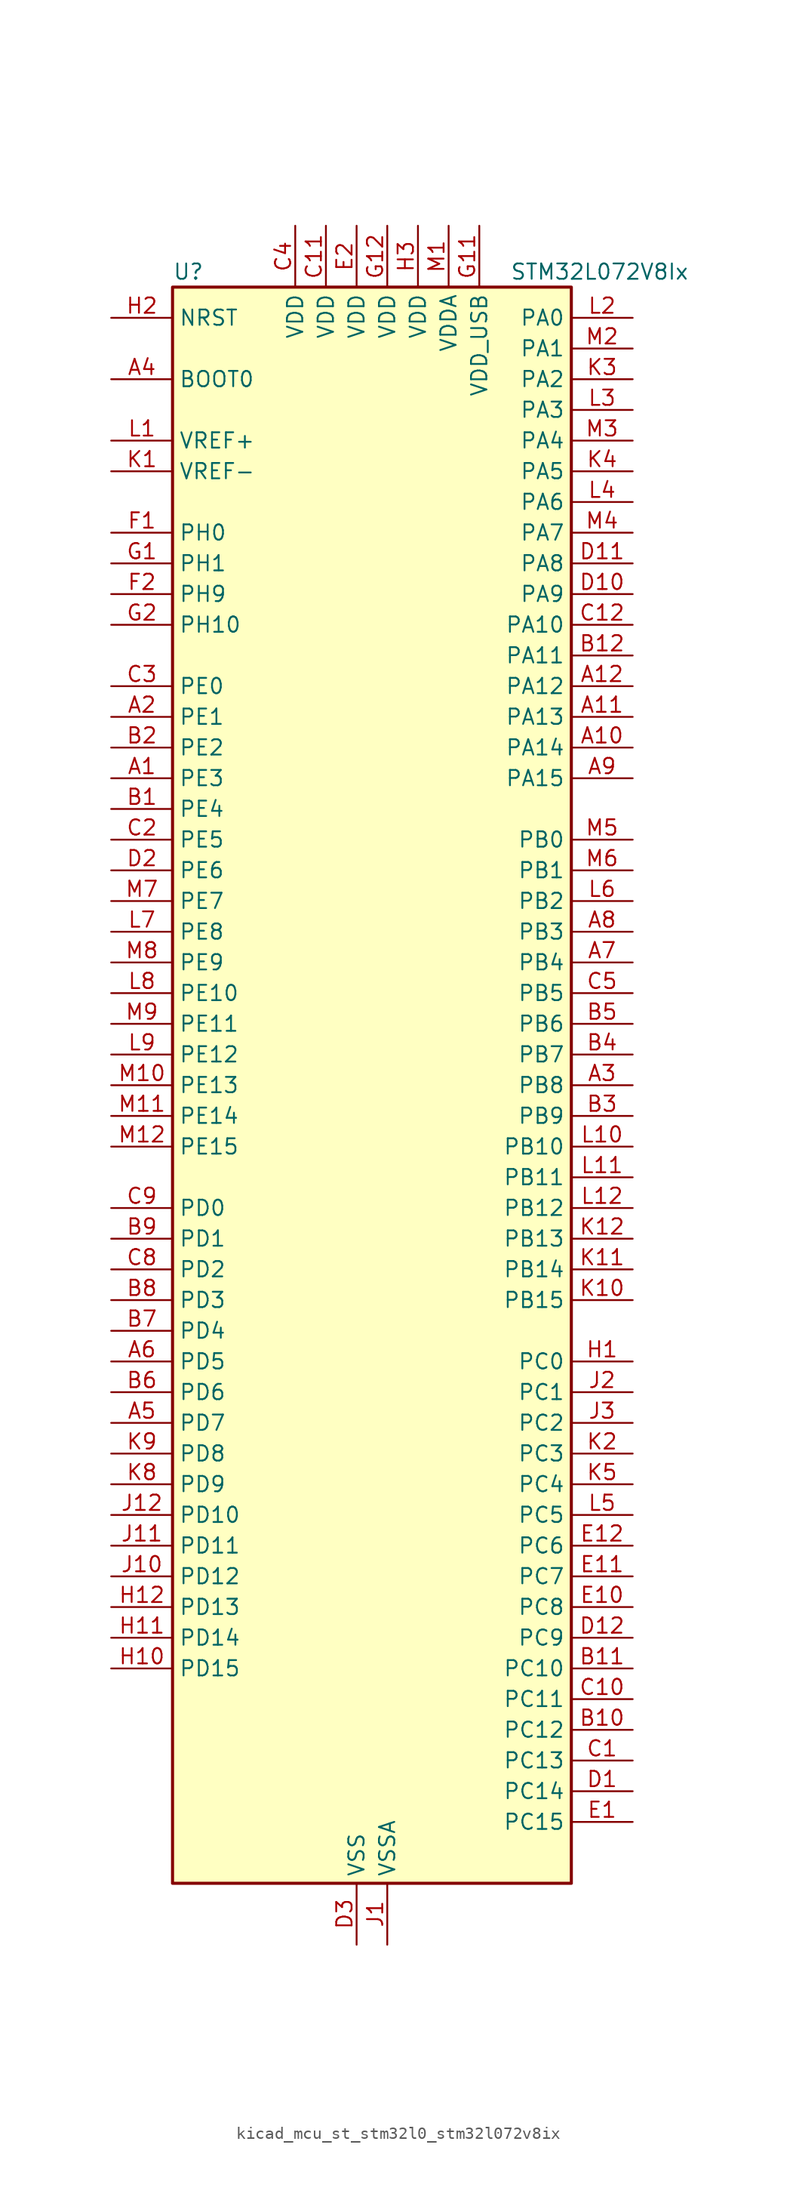
<source format=kicad_sym>
(kicad_symbol_lib
  (version 20220914)
  (generator kicad_symbol_editor)
  (symbol "kicad_mcu_st_stm32l0_stm32l072v8ix"
    (property "Reference" "U"
      (at -15.24 67.31 0)
      (effects (font (size 1.27 1.27)) (justify left)))
    (property "Value" "STM32L072V8Ix"
      (at 12.7 67.31 0)
      (effects (font (size 1.27 1.27)) (justify left)))
    (property "ki_locked" ""
      (at 0 0 0)
      (effects (font (size 1.27 1.27))))
    (symbol "kicad_mcu_st_stm32l0_stm32l072v8ix_0_1"
      (rectangle (start -15.24 -66.04) (end 17.78 66.04) (stroke (width 0.254) (type default)) (fill (type background))))
    (symbol "kicad_mcu_st_stm32l0_stm32l072v8ix_1_1"
      (pin bidirectional line (at -20.32 25.4 0) (length 5.08) (name "PE3" (effects (font (size 1.27 1.27)))) (number "A1" (effects (font (size 1.27 1.27)))) (alternate "TIM22_CH1" bidirectional line) (alternate "TIM3_CH1" bidirectional line))
      (pin bidirectional line (at 22.86 27.94 180) (length 5.08) (name "PA14" (effects (font (size 1.27 1.27)))) (number "A10" (effects (font (size 1.27 1.27)))) (alternate "LPUART1_TX" bidirectional line) (alternate "SYS_SWCLK" bidirectional line) (alternate "USART2_TX" bidirectional line))
      (pin bidirectional line (at 22.86 30.48 180) (length 5.08) (name "PA13" (effects (font (size 1.27 1.27)))) (number "A11" (effects (font (size 1.27 1.27)))) (alternate "LPUART1_RX" bidirectional line) (alternate "SYS_SWDIO" bidirectional line) (alternate "USB_NOE" bidirectional line))
      (pin bidirectional line (at 22.86 33.02 180) (length 5.08) (name "PA12" (effects (font (size 1.27 1.27)))) (number "A12" (effects (font (size 1.27 1.27)))) (alternate "COMP2_OUT" bidirectional line) (alternate "SPI1_MOSI" bidirectional line) (alternate "TSC_G4_IO4" bidirectional line) (alternate "USART1_DE" bidirectional line) (alternate "USART1_RTS" bidirectional line) (alternate "USB_DP" bidirectional line))
      (pin bidirectional line (at -20.32 30.48 0) (length 5.08) (name "PE1" (effects (font (size 1.27 1.27)))) (number "A2" (effects (font (size 1.27 1.27)))))
      (pin bidirectional line (at 22.86 0 180) (length 5.08) (name "PB8" (effects (font (size 1.27 1.27)))) (number "A3" (effects (font (size 1.27 1.27)))) (alternate "I2C1_SCL" bidirectional line) (alternate "TSC_SYNC" bidirectional line))
      (pin input line (at -20.32 58.42 0) (length 5.08) (name "BOOT0" (effects (font (size 1.27 1.27)))) (number "A4" (effects (font (size 1.27 1.27)))))
      (pin bidirectional line (at -20.32 -27.94 0) (length 5.08) (name "PD7" (effects (font (size 1.27 1.27)))) (number "A5" (effects (font (size 1.27 1.27)))) (alternate "TIM21_CH2" bidirectional line) (alternate "USART2_CK" bidirectional line))
      (pin bidirectional line (at -20.32 -22.86 0) (length 5.08) (name "PD5" (effects (font (size 1.27 1.27)))) (number "A6" (effects (font (size 1.27 1.27)))) (alternate "USART2_TX" bidirectional line))
      (pin bidirectional line (at 22.86 10.16 180) (length 5.08) (name "PB4" (effects (font (size 1.27 1.27)))) (number "A7" (effects (font (size 1.27 1.27)))) (alternate "COMP2_INP" bidirectional line) (alternate "I2C3_SDA" bidirectional line) (alternate "SPI1_MISO" bidirectional line) (alternate "TIM22_CH1" bidirectional line) (alternate "TIM3_CH1" bidirectional line) (alternate "TSC_G5_IO2" bidirectional line) (alternate "USART1_CTS" bidirectional line) (alternate "USART5_RX" bidirectional line))
      (pin bidirectional line (at 22.86 12.7 180) (length 5.08) (name "PB3" (effects (font (size 1.27 1.27)))) (number "A8" (effects (font (size 1.27 1.27)))) (alternate "COMP2_INM" bidirectional line) (alternate "SPI1_SCK" bidirectional line) (alternate "TIM2_CH2" bidirectional line) (alternate "TSC_G5_IO1" bidirectional line) (alternate "USART1_DE" bidirectional line) (alternate "USART1_RTS" bidirectional line) (alternate "USART5_TX" bidirectional line))
      (pin bidirectional line (at 22.86 25.4 180) (length 5.08) (name "PA15" (effects (font (size 1.27 1.27)))) (number "A9" (effects (font (size 1.27 1.27)))) (alternate "SPI1_NSS" bidirectional line) (alternate "TIM2_CH1" bidirectional line) (alternate "TIM2_ETR" bidirectional line) (alternate "USART2_RX" bidirectional line) (alternate "USART4_DE" bidirectional line) (alternate "USART4_RTS" bidirectional line))
      (pin bidirectional line (at -20.32 22.86 0) (length 5.08) (name "PE4" (effects (font (size 1.27 1.27)))) (number "B1" (effects (font (size 1.27 1.27)))) (alternate "TIM22_CH2" bidirectional line) (alternate "TIM3_CH2" bidirectional line))
      (pin bidirectional line (at 22.86 -53.34 180) (length 5.08) (name "PC12" (effects (font (size 1.27 1.27)))) (number "B10" (effects (font (size 1.27 1.27)))) (alternate "USART4_CK" bidirectional line) (alternate "USART5_TX" bidirectional line))
      (pin bidirectional line (at 22.86 -48.26 180) (length 5.08) (name "PC10" (effects (font (size 1.27 1.27)))) (number "B11" (effects (font (size 1.27 1.27)))) (alternate "LPUART1_TX" bidirectional line) (alternate "USART4_TX" bidirectional line))
      (pin bidirectional line (at 22.86 35.56 180) (length 5.08) (name "PA11" (effects (font (size 1.27 1.27)))) (number "B12" (effects (font (size 1.27 1.27)))) (alternate "ADC_EXTI11" bidirectional line) (alternate "COMP1_OUT" bidirectional line) (alternate "SPI1_MISO" bidirectional line) (alternate "TSC_G4_IO3" bidirectional line) (alternate "USART1_CTS" bidirectional line) (alternate "USB_DM" bidirectional line))
      (pin bidirectional line (at -20.32 27.94 0) (length 5.08) (name "PE2" (effects (font (size 1.27 1.27)))) (number "B2" (effects (font (size 1.27 1.27)))) (alternate "TIM3_ETR" bidirectional line))
      (pin bidirectional line (at 22.86 -2.54 180) (length 5.08) (name "PB9" (effects (font (size 1.27 1.27)))) (number "B3" (effects (font (size 1.27 1.27)))) (alternate "DAC_EXTI9" bidirectional line) (alternate "I2C1_SDA" bidirectional line) (alternate "I2S2_WS" bidirectional line) (alternate "SPI2_NSS" bidirectional line))
      (pin bidirectional line (at 22.86 2.54 180) (length 5.08) (name "PB7" (effects (font (size 1.27 1.27)))) (number "B4" (effects (font (size 1.27 1.27)))) (alternate "COMP2_INP" bidirectional line) (alternate "I2C1_SDA" bidirectional line) (alternate "LPTIM1_IN2" bidirectional line) (alternate "SYS_PVD_IN" bidirectional line) (alternate "TSC_G5_IO4" bidirectional line) (alternate "USART1_RX" bidirectional line) (alternate "USART4_CTS" bidirectional line))
      (pin bidirectional line (at 22.86 5.08 180) (length 5.08) (name "PB6" (effects (font (size 1.27 1.27)))) (number "B5" (effects (font (size 1.27 1.27)))) (alternate "COMP2_INP" bidirectional line) (alternate "I2C1_SCL" bidirectional line) (alternate "LPTIM1_ETR" bidirectional line) (alternate "TSC_G5_IO3" bidirectional line) (alternate "USART1_TX" bidirectional line))
      (pin bidirectional line (at -20.32 -25.4 0) (length 5.08) (name "PD6" (effects (font (size 1.27 1.27)))) (number "B6" (effects (font (size 1.27 1.27)))) (alternate "USART2_RX" bidirectional line))
      (pin bidirectional line (at -20.32 -20.32 0) (length 5.08) (name "PD4" (effects (font (size 1.27 1.27)))) (number "B7" (effects (font (size 1.27 1.27)))) (alternate "I2S2_SD" bidirectional line) (alternate "SPI2_MOSI" bidirectional line) (alternate "USART2_DE" bidirectional line) (alternate "USART2_RTS" bidirectional line))
      (pin bidirectional line (at -20.32 -17.78 0) (length 5.08) (name "PD3" (effects (font (size 1.27 1.27)))) (number "B8" (effects (font (size 1.27 1.27)))) (alternate "I2S2_MCK" bidirectional line) (alternate "SPI2_MISO" bidirectional line) (alternate "USART2_CTS" bidirectional line))
      (pin bidirectional line (at -20.32 -12.7 0) (length 5.08) (name "PD1" (effects (font (size 1.27 1.27)))) (number "B9" (effects (font (size 1.27 1.27)))) (alternate "I2S2_CK" bidirectional line) (alternate "SPI2_SCK" bidirectional line))
      (pin bidirectional line (at 22.86 -55.88 180) (length 5.08) (name "PC13" (effects (font (size 1.27 1.27)))) (number "C1" (effects (font (size 1.27 1.27)))) (alternate "RTC_OUT_ALARM" bidirectional line) (alternate "RTC_OUT_CALIB" bidirectional line) (alternate "RTC_TAMP1" bidirectional line) (alternate "RTC_TS" bidirectional line) (alternate "SYS_WKUP2" bidirectional line))
      (pin bidirectional line (at 22.86 -50.8 180) (length 5.08) (name "PC11" (effects (font (size 1.27 1.27)))) (number "C10" (effects (font (size 1.27 1.27)))) (alternate "ADC_EXTI11" bidirectional line) (alternate "LPUART1_RX" bidirectional line) (alternate "USART4_RX" bidirectional line))
      (pin power_in line (at -2.54 71.12 270) (length 5.08) (name "VDD" (effects (font (size 1.27 1.27)))) (number "C11" (effects (font (size 1.27 1.27)))))
      (pin bidirectional line (at 22.86 38.1 180) (length 5.08) (name "PA10" (effects (font (size 1.27 1.27)))) (number "C12" (effects (font (size 1.27 1.27)))) (alternate "I2C1_SDA" bidirectional line) (alternate "TSC_G4_IO2" bidirectional line) (alternate "USART1_RX" bidirectional line))
      (pin bidirectional line (at -20.32 20.32 0) (length 5.08) (name "PE5" (effects (font (size 1.27 1.27)))) (number "C2" (effects (font (size 1.27 1.27)))) (alternate "TIM21_CH1" bidirectional line) (alternate "TIM3_CH3" bidirectional line))
      (pin bidirectional line (at -20.32 33.02 0) (length 5.08) (name "PE0" (effects (font (size 1.27 1.27)))) (number "C3" (effects (font (size 1.27 1.27)))))
      (pin power_in line (at -5.08 71.12 270) (length 5.08) (name "VDD" (effects (font (size 1.27 1.27)))) (number "C4" (effects (font (size 1.27 1.27)))))
      (pin bidirectional line (at 22.86 7.62 180) (length 5.08) (name "PB5" (effects (font (size 1.27 1.27)))) (number "C5" (effects (font (size 1.27 1.27)))) (alternate "COMP2_INP" bidirectional line) (alternate "I2C1_SMBA" bidirectional line) (alternate "LPTIM1_IN1" bidirectional line) (alternate "SPI1_MOSI" bidirectional line) (alternate "TIM22_CH2" bidirectional line) (alternate "TIM3_CH2" bidirectional line) (alternate "USART1_CK" bidirectional line) (alternate "USART5_CK" bidirectional line) (alternate "USART5_DE" bidirectional line) (alternate "USART5_RTS" bidirectional line))
      (pin bidirectional line (at -20.32 -15.24 0) (length 5.08) (name "PD2" (effects (font (size 1.27 1.27)))) (number "C8" (effects (font (size 1.27 1.27)))) (alternate "LPUART1_DE" bidirectional line) (alternate "LPUART1_RTS" bidirectional line) (alternate "TIM3_ETR" bidirectional line) (alternate "USART5_RX" bidirectional line))
      (pin bidirectional line (at -20.32 -10.16 0) (length 5.08) (name "PD0" (effects (font (size 1.27 1.27)))) (number "C9" (effects (font (size 1.27 1.27)))) (alternate "I2S2_WS" bidirectional line) (alternate "SPI2_NSS" bidirectional line) (alternate "TIM21_CH1" bidirectional line))
      (pin bidirectional line (at 22.86 -58.42 180) (length 5.08) (name "PC14" (effects (font (size 1.27 1.27)))) (number "D1" (effects (font (size 1.27 1.27)))) (alternate "RCC_OSC32_IN" bidirectional line))
      (pin bidirectional line (at 22.86 40.64 180) (length 5.08) (name "PA9" (effects (font (size 1.27 1.27)))) (number "D10" (effects (font (size 1.27 1.27)))) (alternate "DAC_EXTI9" bidirectional line) (alternate "I2C1_SCL" bidirectional line) (alternate "I2C3_SMBA" bidirectional line) (alternate "RCC_MCO" bidirectional line) (alternate "TSC_G4_IO1" bidirectional line) (alternate "USART1_TX" bidirectional line))
      (pin bidirectional line (at 22.86 43.18 180) (length 5.08) (name "PA8" (effects (font (size 1.27 1.27)))) (number "D11" (effects (font (size 1.27 1.27)))) (alternate "CRS_SYNC" bidirectional line) (alternate "I2C3_SCL" bidirectional line) (alternate "RCC_MCO" bidirectional line) (alternate "USART1_CK" bidirectional line))
      (pin bidirectional line (at 22.86 -45.72 180) (length 5.08) (name "PC9" (effects (font (size 1.27 1.27)))) (number "D12" (effects (font (size 1.27 1.27)))) (alternate "DAC_EXTI9" bidirectional line) (alternate "I2C3_SDA" bidirectional line) (alternate "TIM21_ETR" bidirectional line) (alternate "TIM3_CH4" bidirectional line) (alternate "TSC_G8_IO4" bidirectional line) (alternate "USB_NOE" bidirectional line))
      (pin bidirectional line (at -20.32 17.78 0) (length 5.08) (name "PE6" (effects (font (size 1.27 1.27)))) (number "D2" (effects (font (size 1.27 1.27)))) (alternate "RTC_TAMP3" bidirectional line) (alternate "SYS_WKUP3" bidirectional line) (alternate "TIM21_CH2" bidirectional line) (alternate "TIM3_CH4" bidirectional line))
      (pin power_in line (at 0 -71.12 90) (length 5.08) (name "VSS" (effects (font (size 1.27 1.27)))) (number "D3" (effects (font (size 1.27 1.27)))))
      (pin bidirectional line (at 22.86 -60.96 180) (length 5.08) (name "PC15" (effects (font (size 1.27 1.27)))) (number "E1" (effects (font (size 1.27 1.27)))) (alternate "RCC_OSC32_OUT" bidirectional line))
      (pin bidirectional line (at 22.86 -43.18 180) (length 5.08) (name "PC8" (effects (font (size 1.27 1.27)))) (number "E10" (effects (font (size 1.27 1.27)))) (alternate "TIM22_ETR" bidirectional line) (alternate "TIM3_CH3" bidirectional line) (alternate "TSC_G8_IO3" bidirectional line))
      (pin bidirectional line (at 22.86 -40.64 180) (length 5.08) (name "PC7" (effects (font (size 1.27 1.27)))) (number "E11" (effects (font (size 1.27 1.27)))) (alternate "TIM22_CH2" bidirectional line) (alternate "TIM3_CH2" bidirectional line) (alternate "TSC_G8_IO2" bidirectional line))
      (pin bidirectional line (at 22.86 -38.1 180) (length 5.08) (name "PC6" (effects (font (size 1.27 1.27)))) (number "E12" (effects (font (size 1.27 1.27)))) (alternate "TIM22_CH1" bidirectional line) (alternate "TIM3_CH1" bidirectional line) (alternate "TSC_G8_IO1" bidirectional line))
      (pin power_in line (at 0 71.12 270) (length 5.08) (name "VDD" (effects (font (size 1.27 1.27)))) (number "E2" (effects (font (size 1.27 1.27)))))
      (pin passive line (at 0 -71.12 90) (length 5.08) hide (name "VSS" (effects (font (size 1.27 1.27)))) (number "E3" (effects (font (size 1.27 1.27)))))
      (pin bidirectional line (at -20.32 45.72 0) (length 5.08) (name "PH0" (effects (font (size 1.27 1.27)))) (number "F1" (effects (font (size 1.27 1.27)))) (alternate "CRS_SYNC" bidirectional line) (alternate "RCC_OSC_IN" bidirectional line))
      (pin passive line (at 0 -71.12 90) (length 5.08) hide (name "VSS" (effects (font (size 1.27 1.27)))) (number "F11" (effects (font (size 1.27 1.27)))))
      (pin passive line (at 0 -71.12 90) (length 5.08) hide (name "VSS" (effects (font (size 1.27 1.27)))) (number "F12" (effects (font (size 1.27 1.27)))))
      (pin bidirectional line (at -20.32 40.64 0) (length 5.08) (name "PH9" (effects (font (size 1.27 1.27)))) (number "F2" (effects (font (size 1.27 1.27)))) (alternate "DAC_EXTI9" bidirectional line))
      (pin bidirectional line (at -20.32 43.18 0) (length 5.08) (name "PH1" (effects (font (size 1.27 1.27)))) (number "G1" (effects (font (size 1.27 1.27)))) (alternate "RCC_OSC_OUT" bidirectional line))
      (pin power_in line (at 10.16 71.12 270) (length 5.08) (name "VDD_USB" (effects (font (size 1.27 1.27)))) (number "G11" (effects (font (size 1.27 1.27)))))
      (pin power_in line (at 2.54 71.12 270) (length 5.08) (name "VDD" (effects (font (size 1.27 1.27)))) (number "G12" (effects (font (size 1.27 1.27)))))
      (pin bidirectional line (at -20.32 38.1 0) (length 5.08) (name "PH10" (effects (font (size 1.27 1.27)))) (number "G2" (effects (font (size 1.27 1.27)))))
      (pin bidirectional line (at 22.86 -22.86 180) (length 5.08) (name "PC0" (effects (font (size 1.27 1.27)))) (number "H1" (effects (font (size 1.27 1.27)))) (alternate "ADC_IN10" bidirectional line) (alternate "I2C3_SCL" bidirectional line) (alternate "LPTIM1_IN1" bidirectional line) (alternate "LPUART1_RX" bidirectional line) (alternate "TSC_G7_IO1" bidirectional line))
      (pin bidirectional line (at -20.32 -48.26 0) (length 5.08) (name "PD15" (effects (font (size 1.27 1.27)))) (number "H10" (effects (font (size 1.27 1.27)))) (alternate "CRS_SYNC" bidirectional line))
      (pin bidirectional line (at -20.32 -45.72 0) (length 5.08) (name "PD14" (effects (font (size 1.27 1.27)))) (number "H11" (effects (font (size 1.27 1.27)))))
      (pin bidirectional line (at -20.32 -43.18 0) (length 5.08) (name "PD13" (effects (font (size 1.27 1.27)))) (number "H12" (effects (font (size 1.27 1.27)))))
      (pin input line (at -20.32 63.5 0) (length 5.08) (name "NRST" (effects (font (size 1.27 1.27)))) (number "H2" (effects (font (size 1.27 1.27)))))
      (pin power_in line (at 5.08 71.12 270) (length 5.08) (name "VDD" (effects (font (size 1.27 1.27)))) (number "H3" (effects (font (size 1.27 1.27)))))
      (pin power_in line (at 2.54 -71.12 90) (length 5.08) (name "VSSA" (effects (font (size 1.27 1.27)))) (number "J1" (effects (font (size 1.27 1.27)))))
      (pin bidirectional line (at -20.32 -40.64 0) (length 5.08) (name "PD12" (effects (font (size 1.27 1.27)))) (number "J10" (effects (font (size 1.27 1.27)))) (alternate "LPUART1_DE" bidirectional line) (alternate "LPUART1_RTS" bidirectional line))
      (pin bidirectional line (at -20.32 -38.1 0) (length 5.08) (name "PD11" (effects (font (size 1.27 1.27)))) (number "J11" (effects (font (size 1.27 1.27)))) (alternate "ADC_EXTI11" bidirectional line) (alternate "LPUART1_CTS" bidirectional line))
      (pin bidirectional line (at -20.32 -35.56 0) (length 5.08) (name "PD10" (effects (font (size 1.27 1.27)))) (number "J12" (effects (font (size 1.27 1.27)))))
      (pin bidirectional line (at 22.86 -25.4 180) (length 5.08) (name "PC1" (effects (font (size 1.27 1.27)))) (number "J2" (effects (font (size 1.27 1.27)))) (alternate "ADC_IN11" bidirectional line) (alternate "I2C3_SDA" bidirectional line) (alternate "LPTIM1_OUT" bidirectional line) (alternate "LPUART1_TX" bidirectional line) (alternate "TSC_G7_IO2" bidirectional line))
      (pin bidirectional line (at 22.86 -27.94 180) (length 5.08) (name "PC2" (effects (font (size 1.27 1.27)))) (number "J3" (effects (font (size 1.27 1.27)))) (alternate "ADC_IN12" bidirectional line) (alternate "I2S2_MCK" bidirectional line) (alternate "LPTIM1_IN2" bidirectional line) (alternate "SPI2_MISO" bidirectional line) (alternate "TSC_G7_IO3" bidirectional line))
      (pin input line (at -20.32 50.8 0) (length 5.08) (name "VREF-" (effects (font (size 1.27 1.27)))) (number "K1" (effects (font (size 1.27 1.27)))))
      (pin bidirectional line (at 22.86 -17.78 180) (length 5.08) (name "PB15" (effects (font (size 1.27 1.27)))) (number "K10" (effects (font (size 1.27 1.27)))) (alternate "I2S2_SD" bidirectional line) (alternate "RTC_REFIN" bidirectional line) (alternate "SPI2_MOSI" bidirectional line))
      (pin bidirectional line (at 22.86 -15.24 180) (length 5.08) (name "PB14" (effects (font (size 1.27 1.27)))) (number "K11" (effects (font (size 1.27 1.27)))) (alternate "I2C2_SDA" bidirectional line) (alternate "I2S2_MCK" bidirectional line) (alternate "LPUART1_DE" bidirectional line) (alternate "LPUART1_RTS" bidirectional line) (alternate "RTC_OUT_ALARM" bidirectional line) (alternate "RTC_OUT_CALIB" bidirectional line) (alternate "SPI2_MISO" bidirectional line) (alternate "TIM21_CH2" bidirectional line) (alternate "TSC_G6_IO4" bidirectional line))
      (pin bidirectional line (at 22.86 -12.7 180) (length 5.08) (name "PB13" (effects (font (size 1.27 1.27)))) (number "K12" (effects (font (size 1.27 1.27)))) (alternate "I2C2_SCL" bidirectional line) (alternate "I2S2_CK" bidirectional line) (alternate "LPUART1_CTS" bidirectional line) (alternate "RCC_MCO" bidirectional line) (alternate "SPI2_SCK" bidirectional line) (alternate "TIM21_CH1" bidirectional line) (alternate "TSC_G6_IO3" bidirectional line))
      (pin bidirectional line (at 22.86 -30.48 180) (length 5.08) (name "PC3" (effects (font (size 1.27 1.27)))) (number "K2" (effects (font (size 1.27 1.27)))) (alternate "ADC_IN13" bidirectional line) (alternate "I2S2_SD" bidirectional line) (alternate "LPTIM1_ETR" bidirectional line) (alternate "SPI2_MOSI" bidirectional line) (alternate "TSC_G7_IO4" bidirectional line))
      (pin bidirectional line (at 22.86 58.42 180) (length 5.08) (name "PA2" (effects (font (size 1.27 1.27)))) (number "K3" (effects (font (size 1.27 1.27)))) (alternate "ADC_IN2" bidirectional line) (alternate "COMP2_INM" bidirectional line) (alternate "COMP2_OUT" bidirectional line) (alternate "LPUART1_TX" bidirectional line) (alternate "TIM21_CH1" bidirectional line) (alternate "TIM2_CH3" bidirectional line) (alternate "TSC_G1_IO3" bidirectional line) (alternate "USART2_TX" bidirectional line))
      (pin bidirectional line (at 22.86 50.8 180) (length 5.08) (name "PA5" (effects (font (size 1.27 1.27)))) (number "K4" (effects (font (size 1.27 1.27)))) (alternate "ADC_IN5" bidirectional line) (alternate "COMP1_INM" bidirectional line) (alternate "COMP2_INM" bidirectional line) (alternate "DAC_OUT2" bidirectional line) (alternate "SPI1_SCK" bidirectional line) (alternate "TIM2_CH1" bidirectional line) (alternate "TIM2_ETR" bidirectional line) (alternate "TSC_G2_IO2" bidirectional line))
      (pin bidirectional line (at 22.86 -33.02 180) (length 5.08) (name "PC4" (effects (font (size 1.27 1.27)))) (number "K5" (effects (font (size 1.27 1.27)))) (alternate "ADC_IN14" bidirectional line) (alternate "LPUART1_TX" bidirectional line))
      (pin bidirectional line (at -20.32 -33.02 0) (length 5.08) (name "PD9" (effects (font (size 1.27 1.27)))) (number "K8" (effects (font (size 1.27 1.27)))) (alternate "DAC_EXTI9" bidirectional line) (alternate "LPUART1_RX" bidirectional line))
      (pin bidirectional line (at -20.32 -30.48 0) (length 5.08) (name "PD8" (effects (font (size 1.27 1.27)))) (number "K9" (effects (font (size 1.27 1.27)))) (alternate "LPUART1_TX" bidirectional line))
      (pin input line (at -20.32 53.34 0) (length 5.08) (name "VREF+" (effects (font (size 1.27 1.27)))) (number "L1" (effects (font (size 1.27 1.27)))))
      (pin bidirectional line (at 22.86 -5.08 180) (length 5.08) (name "PB10" (effects (font (size 1.27 1.27)))) (number "L10" (effects (font (size 1.27 1.27)))) (alternate "I2C2_SCL" bidirectional line) (alternate "LPUART1_RX" bidirectional line) (alternate "LPUART1_TX" bidirectional line) (alternate "SPI2_SCK" bidirectional line) (alternate "TIM2_CH3" bidirectional line) (alternate "TSC_SYNC" bidirectional line))
      (pin bidirectional line (at 22.86 -7.62 180) (length 5.08) (name "PB11" (effects (font (size 1.27 1.27)))) (number "L11" (effects (font (size 1.27 1.27)))) (alternate "ADC_EXTI11" bidirectional line) (alternate "I2C2_SDA" bidirectional line) (alternate "LPUART1_RX" bidirectional line) (alternate "LPUART1_TX" bidirectional line) (alternate "TIM2_CH4" bidirectional line) (alternate "TSC_G6_IO1" bidirectional line))
      (pin bidirectional line (at 22.86 -10.16 180) (length 5.08) (name "PB12" (effects (font (size 1.27 1.27)))) (number "L12" (effects (font (size 1.27 1.27)))) (alternate "I2S2_WS" bidirectional line) (alternate "LPUART1_DE" bidirectional line) (alternate "LPUART1_RTS" bidirectional line) (alternate "SPI2_NSS" bidirectional line) (alternate "TSC_G6_IO2" bidirectional line))
      (pin bidirectional line (at 22.86 63.5 180) (length 5.08) (name "PA0" (effects (font (size 1.27 1.27)))) (number "L2" (effects (font (size 1.27 1.27)))) (alternate "ADC_IN0" bidirectional line) (alternate "COMP1_INM" bidirectional line) (alternate "COMP1_OUT" bidirectional line) (alternate "RTC_TAMP2" bidirectional line) (alternate "SYS_WKUP1" bidirectional line) (alternate "TIM2_CH1" bidirectional line) (alternate "TIM2_ETR" bidirectional line) (alternate "TSC_G1_IO1" bidirectional line) (alternate "USART2_CTS" bidirectional line) (alternate "USART4_TX" bidirectional line))
      (pin bidirectional line (at 22.86 55.88 180) (length 5.08) (name "PA3" (effects (font (size 1.27 1.27)))) (number "L3" (effects (font (size 1.27 1.27)))) (alternate "ADC_IN3" bidirectional line) (alternate "COMP2_INP" bidirectional line) (alternate "LPUART1_RX" bidirectional line) (alternate "TIM21_CH2" bidirectional line) (alternate "TIM2_CH4" bidirectional line) (alternate "TSC_G1_IO4" bidirectional line) (alternate "USART2_RX" bidirectional line))
      (pin bidirectional line (at 22.86 48.26 180) (length 5.08) (name "PA6" (effects (font (size 1.27 1.27)))) (number "L4" (effects (font (size 1.27 1.27)))) (alternate "ADC_IN6" bidirectional line) (alternate "COMP1_OUT" bidirectional line) (alternate "LPUART1_CTS" bidirectional line) (alternate "SPI1_MISO" bidirectional line) (alternate "TIM22_CH1" bidirectional line) (alternate "TIM3_CH1" bidirectional line) (alternate "TSC_G2_IO3" bidirectional line))
      (pin bidirectional line (at 22.86 -35.56 180) (length 5.08) (name "PC5" (effects (font (size 1.27 1.27)))) (number "L5" (effects (font (size 1.27 1.27)))) (alternate "ADC_IN15" bidirectional line) (alternate "LPUART1_RX" bidirectional line) (alternate "TSC_G3_IO1" bidirectional line))
      (pin bidirectional line (at 22.86 15.24 180) (length 5.08) (name "PB2" (effects (font (size 1.27 1.27)))) (number "L6" (effects (font (size 1.27 1.27)))) (alternate "I2C3_SMBA" bidirectional line) (alternate "LPTIM1_OUT" bidirectional line) (alternate "TSC_G3_IO4" bidirectional line))
      (pin bidirectional line (at -20.32 12.7 0) (length 5.08) (name "PE8" (effects (font (size 1.27 1.27)))) (number "L7" (effects (font (size 1.27 1.27)))) (alternate "USART4_TX" bidirectional line))
      (pin bidirectional line (at -20.32 7.62 0) (length 5.08) (name "PE10" (effects (font (size 1.27 1.27)))) (number "L8" (effects (font (size 1.27 1.27)))) (alternate "TIM2_CH2" bidirectional line) (alternate "USART5_TX" bidirectional line))
      (pin bidirectional line (at -20.32 2.54 0) (length 5.08) (name "PE12" (effects (font (size 1.27 1.27)))) (number "L9" (effects (font (size 1.27 1.27)))) (alternate "SPI1_NSS" bidirectional line) (alternate "TIM2_CH4" bidirectional line))
      (pin power_in line (at 7.62 71.12 270) (length 5.08) (name "VDDA" (effects (font (size 1.27 1.27)))) (number "M1" (effects (font (size 1.27 1.27)))))
      (pin bidirectional line (at -20.32 0 0) (length 5.08) (name "PE13" (effects (font (size 1.27 1.27)))) (number "M10" (effects (font (size 1.27 1.27)))) (alternate "SPI1_SCK" bidirectional line))
      (pin bidirectional line (at -20.32 -2.54 0) (length 5.08) (name "PE14" (effects (font (size 1.27 1.27)))) (number "M11" (effects (font (size 1.27 1.27)))) (alternate "SPI1_MISO" bidirectional line))
      (pin bidirectional line (at -20.32 -5.08 0) (length 5.08) (name "PE15" (effects (font (size 1.27 1.27)))) (number "M12" (effects (font (size 1.27 1.27)))) (alternate "SPI1_MOSI" bidirectional line))
      (pin bidirectional line (at 22.86 60.96 180) (length 5.08) (name "PA1" (effects (font (size 1.27 1.27)))) (number "M2" (effects (font (size 1.27 1.27)))) (alternate "ADC_IN1" bidirectional line) (alternate "COMP1_INP" bidirectional line) (alternate "TIM21_ETR" bidirectional line) (alternate "TIM2_CH2" bidirectional line) (alternate "TSC_G1_IO2" bidirectional line) (alternate "USART2_DE" bidirectional line) (alternate "USART2_RTS" bidirectional line) (alternate "USART4_RX" bidirectional line))
      (pin bidirectional line (at 22.86 53.34 180) (length 5.08) (name "PA4" (effects (font (size 1.27 1.27)))) (number "M3" (effects (font (size 1.27 1.27)))) (alternate "ADC_IN4" bidirectional line) (alternate "COMP1_INM" bidirectional line) (alternate "COMP2_INM" bidirectional line) (alternate "DAC_OUT1" bidirectional line) (alternate "SPI1_NSS" bidirectional line) (alternate "TIM22_ETR" bidirectional line) (alternate "TSC_G2_IO1" bidirectional line) (alternate "USART2_CK" bidirectional line))
      (pin bidirectional line (at 22.86 45.72 180) (length 5.08) (name "PA7" (effects (font (size 1.27 1.27)))) (number "M4" (effects (font (size 1.27 1.27)))) (alternate "ADC_IN7" bidirectional line) (alternate "COMP2_OUT" bidirectional line) (alternate "SPI1_MOSI" bidirectional line) (alternate "TIM22_CH2" bidirectional line) (alternate "TIM3_CH2" bidirectional line) (alternate "TSC_G2_IO4" bidirectional line))
      (pin bidirectional line (at 22.86 20.32 180) (length 5.08) (name "PB0" (effects (font (size 1.27 1.27)))) (number "M5" (effects (font (size 1.27 1.27)))) (alternate "ADC_IN8" bidirectional line) (alternate "SYS_VREF_OUT_PB0" bidirectional line) (alternate "TIM3_CH3" bidirectional line) (alternate "TSC_G3_IO2" bidirectional line))
      (pin bidirectional line (at 22.86 17.78 180) (length 5.08) (name "PB1" (effects (font (size 1.27 1.27)))) (number "M6" (effects (font (size 1.27 1.27)))) (alternate "ADC_IN9" bidirectional line) (alternate "LPUART1_DE" bidirectional line) (alternate "LPUART1_RTS" bidirectional line) (alternate "SYS_VREF_OUT_PB1" bidirectional line) (alternate "TIM3_CH4" bidirectional line) (alternate "TSC_G3_IO3" bidirectional line))
      (pin bidirectional line (at -20.32 15.24 0) (length 5.08) (name "PE7" (effects (font (size 1.27 1.27)))) (number "M7" (effects (font (size 1.27 1.27)))) (alternate "USART5_CK" bidirectional line) (alternate "USART5_DE" bidirectional line) (alternate "USART5_RTS" bidirectional line))
      (pin bidirectional line (at -20.32 10.16 0) (length 5.08) (name "PE9" (effects (font (size 1.27 1.27)))) (number "M8" (effects (font (size 1.27 1.27)))) (alternate "DAC_EXTI9" bidirectional line) (alternate "TIM2_CH1" bidirectional line) (alternate "TIM2_ETR" bidirectional line) (alternate "USART4_RX" bidirectional line))
      (pin bidirectional line (at -20.32 5.08 0) (length 5.08) (name "PE11" (effects (font (size 1.27 1.27)))) (number "M9" (effects (font (size 1.27 1.27)))) (alternate "ADC_EXTI11" bidirectional line) (alternate "TIM2_CH3" bidirectional line) (alternate "USART5_RX" bidirectional line)))))
</source>
